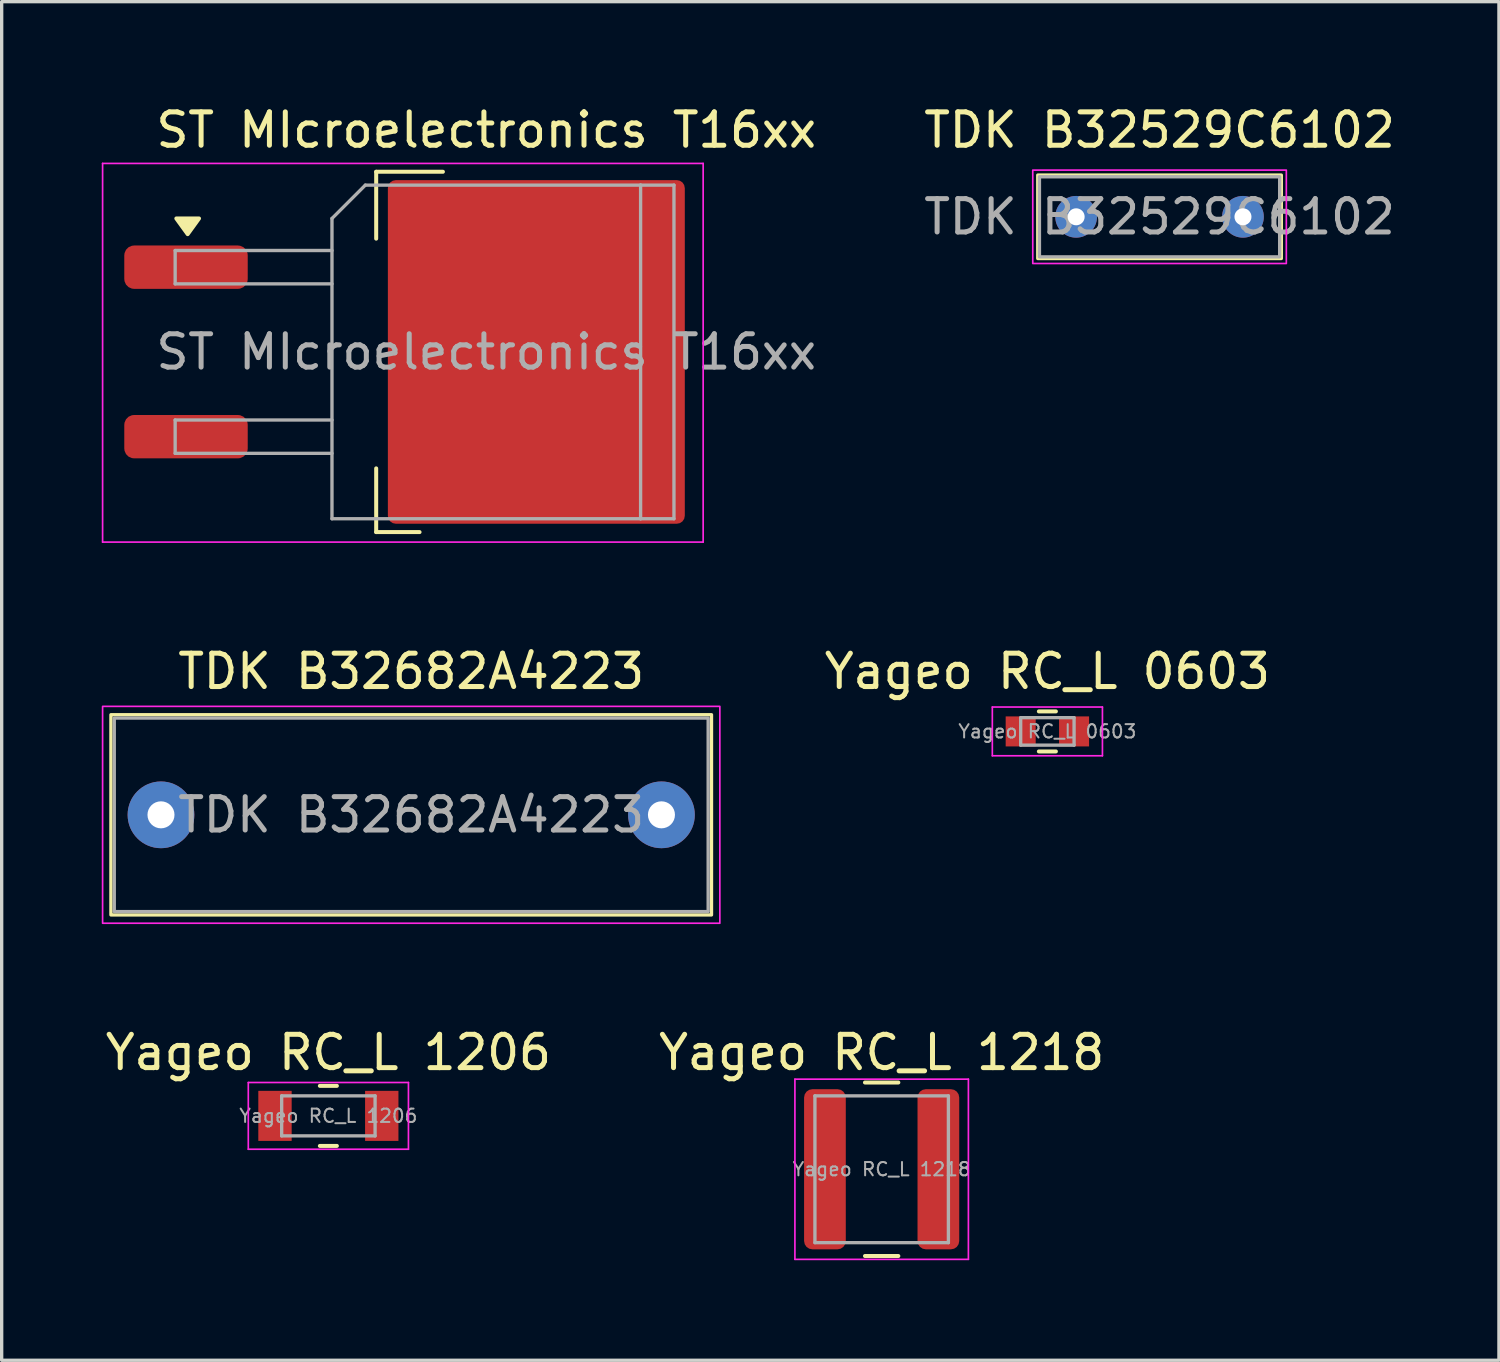
<source format=kicad_pcb>
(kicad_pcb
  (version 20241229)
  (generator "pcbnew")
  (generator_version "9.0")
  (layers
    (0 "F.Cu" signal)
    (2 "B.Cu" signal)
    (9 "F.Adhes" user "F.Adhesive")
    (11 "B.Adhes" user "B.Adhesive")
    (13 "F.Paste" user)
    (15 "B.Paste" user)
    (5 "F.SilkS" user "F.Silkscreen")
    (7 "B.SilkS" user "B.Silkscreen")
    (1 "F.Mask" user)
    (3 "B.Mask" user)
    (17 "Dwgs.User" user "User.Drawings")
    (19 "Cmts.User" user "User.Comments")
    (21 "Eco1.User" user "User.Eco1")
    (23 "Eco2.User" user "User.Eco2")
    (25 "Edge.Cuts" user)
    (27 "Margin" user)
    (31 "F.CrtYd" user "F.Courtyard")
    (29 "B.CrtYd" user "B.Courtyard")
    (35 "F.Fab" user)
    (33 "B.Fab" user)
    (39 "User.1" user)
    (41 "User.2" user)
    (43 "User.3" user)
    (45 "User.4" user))
  (footprint "TDK B32529C6102"
    (layer "F.Cu")
    (at 31.704 3.448)
    (property "Reference" "TDK B32529C6102" (at 0 -2.6 0) (unlocked yes) (layer "F.SilkS") (effects (font (size 1 1) (thickness 0.15))))
    (attr through_hole)
    (fp_rect (start -3.65 -1.25) (end 3.65 1.25) (stroke (width 0.1) (type solid)) (fill no) (layer "F.SilkS"))
    (fp_rect (start -3.8 -1.4) (end 3.8 1.4) (stroke (width 0.05) (type solid)) (fill no) (layer "F.CrtYd"))
    (fp_rect (start -3.6 -1.2) (end 3.6 1.2) (stroke (width 0.1) (type solid)) (fill no) (layer "F.Fab"))
    (fp_text user "${REFERENCE}" (at 0 0 0) (unlocked yes) (layer "F.Fab") (effects (font (size 1 1) (thickness 0.15))))
    (pad "1" thru_hole circle (at -2.5 0) (size 1.25 1.25) (drill 0.51) (layers "*.Cu" "*.Mask"))
    (pad "2" thru_hole circle (at 2.5 0) (size 1.25 1.25) (drill 0.51) (layers "*.Cu" "*.Mask")))
  (footprint "Yageo RC_L 1206"
    (layer "F.Cu")
    (at 6.792 30.395)
    (property "Reference" "Yageo RC_L 1206" (at 0 -1.9 0) (layer "F.SilkS") (effects (font (size 1 1) (thickness 0.15))))
    (attr smd)
    (fp_line (start -0.255 -0.9) (end 0.255 -0.9) (stroke (width 0.12) (type solid)) (layer "F.SilkS"))
    (fp_line (start -0.255 0.9) (end 0.255 0.9) (stroke (width 0.12) (type solid)) (layer "F.SilkS"))
    (fp_line (start -2.4 -1) (end 2.4 -1) (stroke (width 0.05) (type solid)) (layer "F.CrtYd"))
    (fp_line (start -2.4 1) (end -2.4 -1) (stroke (width 0.05) (type solid)) (layer "F.CrtYd"))
    (fp_line (start 2.4 -1) (end 2.4 1) (stroke (width 0.05) (type solid)) (layer "F.CrtYd"))
    (fp_line (start 2.4 1) (end -2.4 1) (stroke (width 0.05) (type solid)) (layer "F.CrtYd"))
    (fp_line (start -1.4 -0.6) (end 1.4 -0.6) (stroke (width 0.1) (type solid)) (layer "F.Fab"))
    (fp_line (start -1.4 0.6) (end -1.4 -0.6) (stroke (width 0.1) (type solid)) (layer "F.Fab"))
    (fp_line (start 1.4 -0.6) (end 1.4 0.6) (stroke (width 0.1) (type solid)) (layer "F.Fab"))
    (fp_line (start 1.4 0.6) (end -1.4 0.6) (stroke (width 0.1) (type solid)) (layer "F.Fab"))
    (fp_text user "${REFERENCE}" (at 0 0 0) (layer "F.Fab") (effects (font (size 0.4 0.4) (thickness 0.06))))
    (pad "1" smd rect (at -1.6 0) (size 1 1.5) (layers "F.Cu" "F.Mask" "F.Paste"))
    (pad "2" smd rect (at 1.6 0) (size 1 1.5) (layers "F.Cu" "F.Mask" "F.Paste")))
  (footprint "Yageo RC_L 0603"
    (layer "F.Cu")
    (at 28.342 18.872)
    (property "Reference" "Yageo RC_L 0603" (at 0 -1.8 0) (layer "F.SilkS") (effects (font (size 1 1) (thickness 0.15))))
    (attr smd)
    (fp_line (start -0.255 -0.6) (end 0.255 -0.6) (stroke (width 0.12) (type solid)) (layer "F.SilkS"))
    (fp_line (start -0.255 0.6) (end 0.255 0.6) (stroke (width 0.12) (type solid)) (layer "F.SilkS"))
    (fp_line (start -1.65 -0.73) (end 1.65 -0.73) (stroke (width 0.05) (type solid)) (layer "F.CrtYd"))
    (fp_line (start -1.65 0.73) (end -1.65 -0.73) (stroke (width 0.05) (type solid)) (layer "F.CrtYd"))
    (fp_line (start 1.65 -0.73) (end 1.65 0.73) (stroke (width 0.05) (type solid)) (layer "F.CrtYd"))
    (fp_line (start 1.65 0.73) (end -1.65 0.73) (stroke (width 0.05) (type solid)) (layer "F.CrtYd"))
    (fp_line (start -0.8 -0.412) (end 0.8 -0.412) (stroke (width 0.1) (type solid)) (layer "F.Fab"))
    (fp_line (start -0.8 0.412) (end -0.8 -0.412) (stroke (width 0.1) (type solid)) (layer "F.Fab"))
    (fp_line (start 0.8 -0.412) (end 0.8 0.412) (stroke (width 0.1) (type solid)) (layer "F.Fab"))
    (fp_line (start 0.8 0.412) (end -0.8 0.412) (stroke (width 0.1) (type solid)) (layer "F.Fab"))
    (fp_text user "${REFERENCE}" (at 0 0 0) (layer "F.Fab") (effects (font (size 0.4 0.4) (thickness 0.06))))
    (pad "1" smd rect (at -0.8 0) (size 0.9 0.9) (layers "F.Cu" "F.Mask" "F.Paste"))
    (pad "2" smd rect (at 0.8 0) (size 0.9 0.9) (layers "F.Cu" "F.Mask" "F.Paste")))
  (footprint "Yageo RC_L 1218"
    (layer "F.Cu")
    (at 23.375 31.995)
    (property "Reference" "Yageo RC_L 1218" (at 0 -3.5 0) (layer "F.SilkS") (effects (font (size 1 1) (thickness 0.15))))
    (attr smd)
    (fp_line (start -0.5 -2.6) (end 0.5 -2.6) (stroke (width 0.12) (type solid)) (layer "F.SilkS"))
    (fp_line (start -0.5 2.6) (end 0.5 2.6) (stroke (width 0.12) (type solid)) (layer "F.SilkS"))
    (fp_line (start -2.6 -2.7) (end 2.6 -2.7) (stroke (width 0.05) (type solid)) (layer "F.CrtYd"))
    (fp_line (start -2.6 2.7) (end -2.6 -2.7) (stroke (width 0.05) (type solid)) (layer "F.CrtYd"))
    (fp_line (start 2.6 -2.7) (end 2.6 2.7) (stroke (width 0.05) (type solid)) (layer "F.CrtYd"))
    (fp_line (start 2.6 2.7) (end -2.6 2.7) (stroke (width 0.05) (type solid)) (layer "F.CrtYd"))
    (fp_line (start -2 -2.2) (end 2 -2.2) (stroke (width 0.1) (type solid)) (layer "F.Fab"))
    (fp_line (start -2 2.2) (end -2 -2.2) (stroke (width 0.1) (type solid)) (layer "F.Fab"))
    (fp_line (start 2 -2.2) (end 2 2.2) (stroke (width 0.1) (type solid)) (layer "F.Fab"))
    (fp_line (start 2 2.2) (end -2 2.2) (stroke (width 0.1) (type solid)) (layer "F.Fab"))
    (fp_text user "${REFERENCE}" (at 0 0 0) (layer "F.Fab") (effects (font (size 0.4 0.4) (thickness 0.06))))
    (pad "1" smd roundrect (at -1.7 0) (size 1.25 4.8) (layers "F.Cu" "F.Mask" "F.Paste") (roundrect_rratio 0.2))
    (pad "2" smd roundrect (at 1.7 0) (size 1.25 4.8) (layers "F.Cu" "F.Mask" "F.Paste") (roundrect_rratio 0.2)))
  (footprint "ST MIcroelectronics T16xx"
    (layer "F.Cu")
    (at 11.525 7.498)
    (property "Reference" "ST MIcroelectronics T16xx" (at 0 -6.65 0) (layer "F.SilkS") (effects (font (size 1 1) (thickness 0.15))))
    (attr smd)
    (fp_line (start -3.3 -5.4) (end -3.3 -3.395) (stroke (width 0.12) (type solid)) (layer "F.SilkS"))
    (fp_line (start -3.3 5.4) (end -3.3 3.49) (stroke (width 0.12) (type solid)) (layer "F.SilkS"))
    (fp_line (start -2 5.4) (end -3.3 5.4) (stroke (width 0.12) (type solid)) (layer "F.SilkS"))
    (fp_line (start -1.3 -5.4) (end -3.3 -5.4) (stroke (width 0.12) (type solid)) (layer "F.SilkS"))
    (fp_poly (pts (xy -8.95 -3.53) (xy -9.29 -4) (xy -8.61 -4) (xy -8.95 -3.53)) (stroke (width 0.12) (type solid)) (fill yes) (layer "F.SilkS"))
    (fp_line (start -11.5 -5.65) (end -11.5 5.7) (stroke (width 0.05) (type solid)) (layer "F.CrtYd"))
    (fp_line (start -11.5 5.7) (end 6.5 5.7) (stroke (width 0.05) (type solid)) (layer "F.CrtYd"))
    (fp_line (start 6.5 -5.65) (end -11.5 -5.65) (stroke (width 0.05) (type solid)) (layer "F.CrtYd"))
    (fp_line (start 6.5 5.7) (end 6.5 -5.65) (stroke (width 0.05) (type solid)) (layer "F.CrtYd"))
    (fp_line (start -9.325 -3.04) (end -9.325 -2.04) (stroke (width 0.1) (type solid)) (layer "F.Fab"))
    (fp_line (start -9.325 -2.04) (end -4.625 -2.04) (stroke (width 0.1) (type solid)) (layer "F.Fab"))
    (fp_line (start -9.325 2.04) (end -9.325 3.04) (stroke (width 0.1) (type solid)) (layer "F.Fab"))
    (fp_line (start -9.325 3.04) (end -4.625 3.04) (stroke (width 0.1) (type solid)) (layer "F.Fab"))
    (fp_line (start -4.625 -4) (end -3.625 -5) (stroke (width 0.1) (type solid)) (layer "F.Fab"))
    (fp_line (start -4.625 -3.04) (end -9.325 -3.04) (stroke (width 0.1) (type solid)) (layer "F.Fab"))
    (fp_line (start -4.625 2.04) (end -9.325 2.04) (stroke (width 0.1) (type solid)) (layer "F.Fab"))
    (fp_line (start -4.625 5) (end -4.625 -4) (stroke (width 0.1) (type solid)) (layer "F.Fab"))
    (fp_line (start -3.625 -5) (end 4.625 -5) (stroke (width 0.1) (type solid)) (layer "F.Fab"))
    (fp_line (start 4.625 -5) (end 4.625 5) (stroke (width 0.1) (type solid)) (layer "F.Fab"))
    (fp_line (start 4.625 -5) (end 5.625 -5) (stroke (width 0.1) (type solid)) (layer "F.Fab"))
    (fp_line (start 4.625 5) (end -4.625 5) (stroke (width 0.1) (type solid)) (layer "F.Fab"))
    (fp_line (start 5.625 -5) (end 5.625 5) (stroke (width 0.1) (type solid)) (layer "F.Fab"))
    (fp_line (start 5.625 5) (end 4.625 5) (stroke (width 0.1) (type solid)) (layer "F.Fab"))
    (fp_text user "${REFERENCE}" (at 0 0 0) (layer "F.Fab") (effects (font (size 1 1) (thickness 0.15))))
    (pad "1" smd roundrect (at -9 -2.54) (size 3.7 1.3) (layers "F.Cu" "F.Mask" "F.Paste") (roundrect_rratio 0.227))
    (pad "2" smd roundrect (at 1.5 0) (size 8.9 10.3) (layers "F.Cu" "F.Mask") (roundrect_rratio 0.027))
    (pad "3" smd roundrect (at -9 2.54) (size 3.7 1.3) (layers "F.Cu" "F.Mask" "F.Paste") (roundrect_rratio 0.227)))
  (footprint "TDK B32682A4223"
    (layer "F.Cu")
    (at 9.275 21.372)
    (property "Reference" "TDK B32682A4223" (at 0 -4.3 0) (unlocked yes) (layer "F.SilkS") (effects (font (size 1 1) (thickness 0.15))))
    (attr through_hole)
    (fp_rect (start -9 -3) (end 9 3) (stroke (width 0.1) (type solid)) (fill no) (layer "F.SilkS"))
    (fp_rect (start -9.25 -3.25) (end 9.25 3.25) (stroke (width 0.05) (type solid)) (fill no) (layer "F.CrtYd"))
    (fp_rect (start -8.9 -2.9) (end 8.9 2.9) (stroke (width 0.1) (type default)) (fill no) (layer "F.Fab"))
    (fp_text user "${REFERENCE}" (at 0 0 0) (unlocked yes) (layer "F.Fab") (effects (font (size 1 1) (thickness 0.15))))
    (pad "1" thru_hole circle (at -7.5 0) (size 2 2) (drill 0.81) (layers "*.Cu" "*.Mask"))
    (pad "2" thru_hole circle (at 7.5 0) (size 2 2) (drill 0.81) (layers "*.Cu" "*.Mask")))
  (gr_rect
    (start -3 -3)
    (end 41.876 37.72)
    (stroke (width 0.1) (type default))
    (fill no)
    (layer "Edge.Cuts")))
</source>
